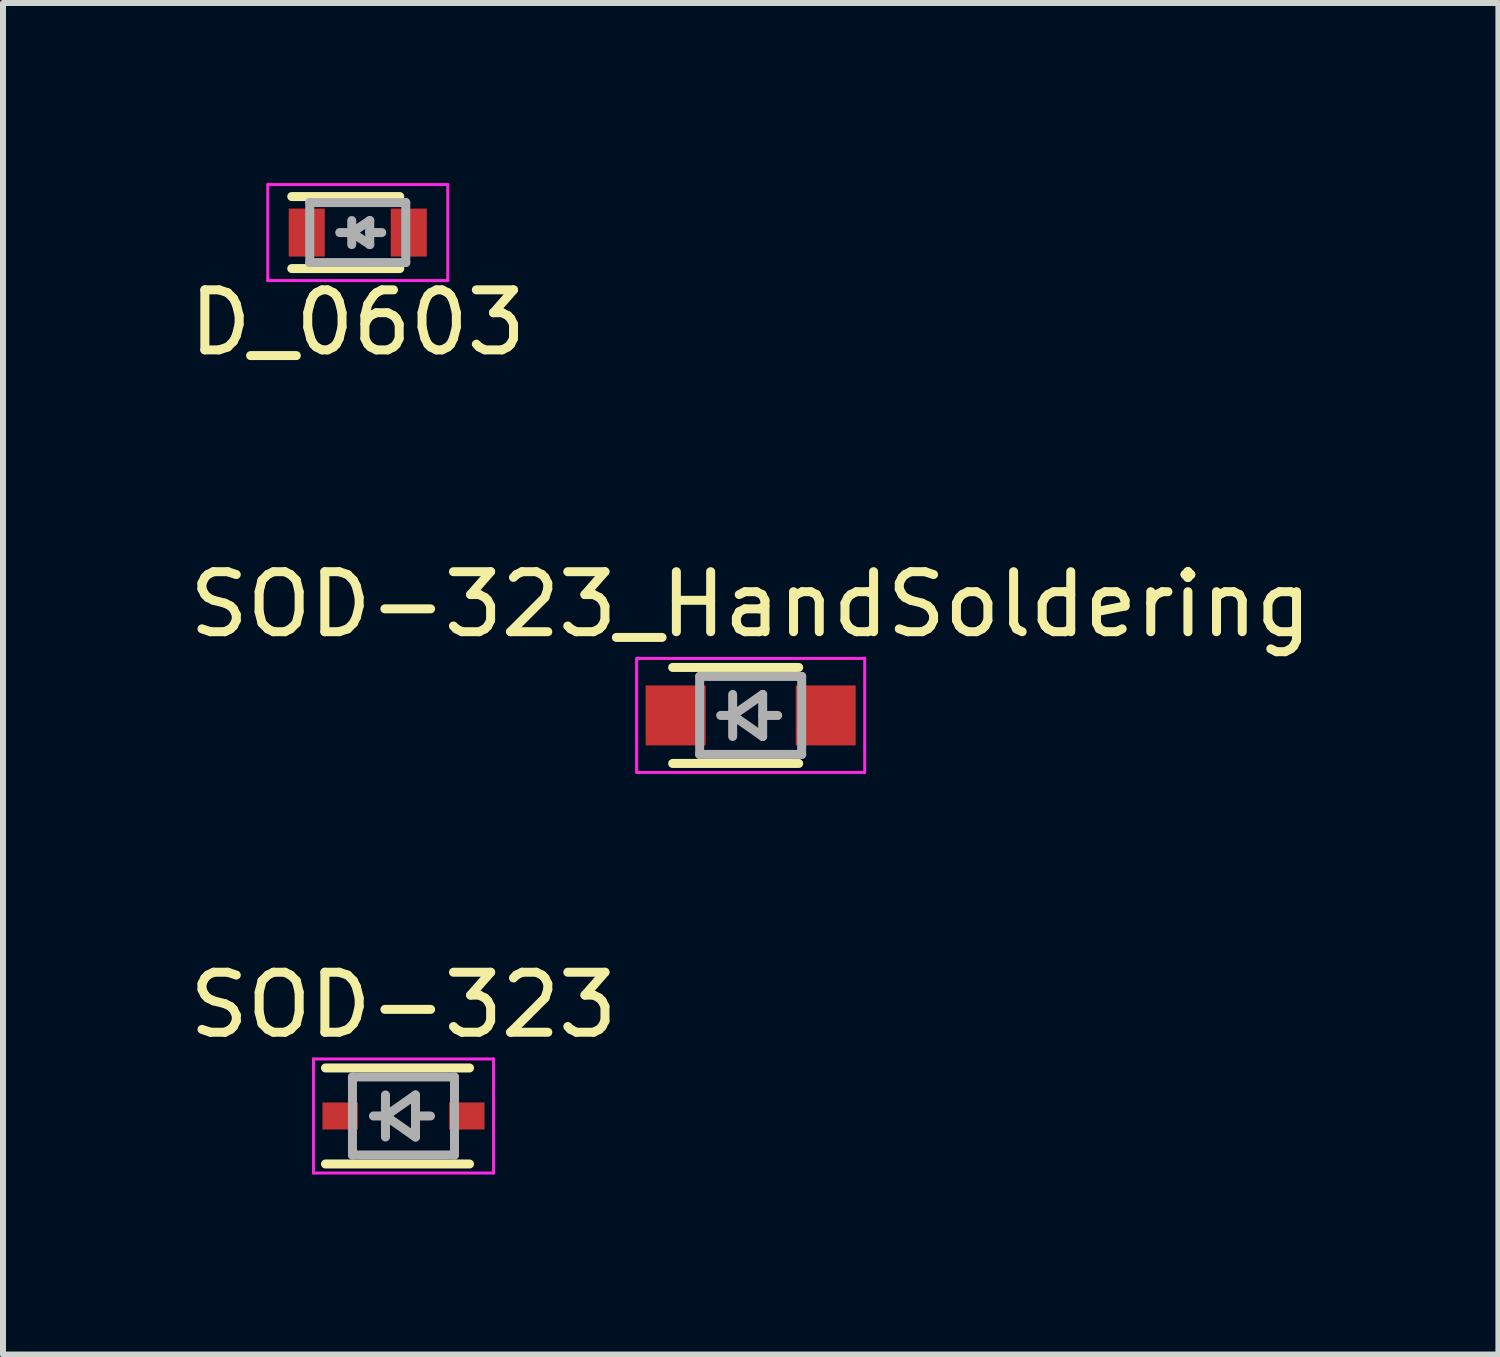
<source format=kicad_pcb>
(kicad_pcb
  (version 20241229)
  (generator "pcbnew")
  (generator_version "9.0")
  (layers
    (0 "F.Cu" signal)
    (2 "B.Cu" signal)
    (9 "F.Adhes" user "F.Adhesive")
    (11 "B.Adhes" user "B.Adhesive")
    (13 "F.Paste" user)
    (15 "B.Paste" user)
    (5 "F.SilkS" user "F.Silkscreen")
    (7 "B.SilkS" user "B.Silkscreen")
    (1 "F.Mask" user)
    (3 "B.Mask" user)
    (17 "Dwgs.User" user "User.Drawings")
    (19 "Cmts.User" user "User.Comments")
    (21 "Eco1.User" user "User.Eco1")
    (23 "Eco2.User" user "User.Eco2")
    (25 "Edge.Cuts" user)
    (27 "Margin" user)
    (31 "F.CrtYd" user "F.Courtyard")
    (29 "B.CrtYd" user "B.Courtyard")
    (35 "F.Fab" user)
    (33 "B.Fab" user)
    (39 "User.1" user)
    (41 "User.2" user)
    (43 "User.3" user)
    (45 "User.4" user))
  (footprint "SOD-323_HandSoldering"
    (layer "F.Cu")
    (at 9.458 8.871)
    (property "Reference" "SOD-323_HandSoldering" (at 0 -1.85 0) (layer "F.SilkS") (effects (font (size 1 1) (thickness 0.15))))
    (attr smd)
    (fp_line (start -1.3 -0.8) (end 0.8 -0.8) (stroke (width 0.15) (type solid)) (layer "F.SilkS"))
    (fp_line (start -1.3 0.8) (end 0.8 0.8) (stroke (width 0.15) (type solid)) (layer "F.SilkS"))
    (fp_line (start -1.9 -0.95) (end -1.9 0.95) (stroke (width 0.05) (type solid)) (layer "F.CrtYd"))
    (fp_line (start -1.9 -0.95) (end 1.9 -0.95) (stroke (width 0.05) (type solid)) (layer "F.CrtYd"))
    (fp_line (start -1.9 0.95) (end 1.9 0.95) (stroke (width 0.05) (type solid)) (layer "F.CrtYd"))
    (fp_line (start 1.9 -0.95) (end 1.9 0.95) (stroke (width 0.05) (type solid)) (layer "F.CrtYd"))
    (fp_line (start -0.85 -0.65) (end 0.85 -0.65) (stroke (width 0.15) (type solid)) (layer "F.Fab"))
    (fp_line (start -0.85 0.65) (end -0.85 -0.65) (stroke (width 0.15) (type solid)) (layer "F.Fab"))
    (fp_line (start -0.3 -0.35) (end -0.3 0.35) (stroke (width 0.15) (type solid)) (layer "F.Fab"))
    (fp_line (start -0.3 0) (end -0.5 0) (stroke (width 0.15) (type solid)) (layer "F.Fab"))
    (fp_line (start -0.3 0) (end 0.2 -0.35) (stroke (width 0.15) (type solid)) (layer "F.Fab"))
    (fp_line (start 0.2 -0.35) (end 0.2 0.35) (stroke (width 0.15) (type solid)) (layer "F.Fab"))
    (fp_line (start 0.2 0) (end 0.45 0) (stroke (width 0.15) (type solid)) (layer "F.Fab"))
    (fp_line (start 0.2 0.35) (end -0.3 0) (stroke (width 0.15) (type solid)) (layer "F.Fab"))
    (fp_line (start 0.85 -0.65) (end 0.85 0.65) (stroke (width 0.15) (type solid)) (layer "F.Fab"))
    (fp_line (start 0.85 0.65) (end -0.85 0.65) (stroke (width 0.15) (type solid)) (layer "F.Fab"))
    (pad "1" smd rect (at -1.25 0) (size 1 1) (layers "F.Cu" "F.Mask" "F.Paste"))
    (pad "2" smd rect (at 1.25 0) (size 1 1) (layers "F.Cu" "F.Mask" "F.Paste")))
  (footprint "D_0603"
    (layer "F.Cu")
    (at 2.911 0.825)
    (property "Reference" "D_0603" (at 0 1.5 0) (layer "F.SilkS") (effects (font (size 1 1) (thickness 0.15))))
    (attr smd)
    (fp_line (start -1.1 -0.6) (end 0.7 -0.6) (stroke (width 0.15) (type solid)) (layer "F.SilkS"))
    (fp_line (start -1.1 0.6) (end 0.7 0.6) (stroke (width 0.15) (type solid)) (layer "F.SilkS"))
    (fp_line (start -1.5 -0.8) (end -1.5 0.8) (stroke (width 0.05) (type solid)) (layer "F.CrtYd"))
    (fp_line (start -1.5 0.8) (end 1.5 0.8) (stroke (width 0.05) (type solid)) (layer "F.CrtYd"))
    (fp_line (start 1.5 -0.8) (end -1.5 -0.8) (stroke (width 0.05) (type solid)) (layer "F.CrtYd"))
    (fp_line (start 1.5 0.8) (end 1.5 -0.8) (stroke (width 0.05) (type solid)) (layer "F.CrtYd"))
    (fp_line (start -0.8 -0.5) (end 0.8 -0.5) (stroke (width 0.15) (type solid)) (layer "F.Fab"))
    (fp_line (start -0.8 0.5) (end -0.8 -0.5) (stroke (width 0.15) (type solid)) (layer "F.Fab"))
    (fp_line (start -0.1 -0.2) (end -0.1 0.2) (stroke (width 0.15) (type solid)) (layer "F.Fab"))
    (fp_line (start -0.1 0) (end -0.3 0) (stroke (width 0.15) (type solid)) (layer "F.Fab"))
    (fp_line (start -0.1 0) (end 0.2 0.2) (stroke (width 0.15) (type solid)) (layer "F.Fab"))
    (fp_line (start 0.2 -0.2) (end -0.1 0) (stroke (width 0.15) (type solid)) (layer "F.Fab"))
    (fp_line (start 0.2 0) (end 0.4 0) (stroke (width 0.15) (type solid)) (layer "F.Fab"))
    (fp_line (start 0.2 0.2) (end 0.2 -0.2) (stroke (width 0.15) (type solid)) (layer "F.Fab"))
    (fp_line (start 0.8 -0.5) (end 0.8 0.5) (stroke (width 0.15) (type solid)) (layer "F.Fab"))
    (fp_line (start 0.8 0.5) (end -0.8 0.5) (stroke (width 0.15) (type solid)) (layer "F.Fab"))
    (pad "1" smd rect (at -0.85 0) (size 0.6 0.8) (layers "F.Cu" "F.Mask" "F.Paste"))
    (pad "2" smd rect (at 0.85 0) (size 0.6 0.8) (layers "F.Cu" "F.Mask" "F.Paste")))
  (footprint "SOD-323"
    (layer "F.Cu")
    (at 3.673 15.545)
    (property "Reference" "SOD-323" (at 0 -1.85 0) (layer "F.SilkS") (effects (font (size 1 1) (thickness 0.15))))
    (attr smd)
    (fp_line (start -1.3 -0.8) (end 1.1 -0.8) (stroke (width 0.15) (type solid)) (layer "F.SilkS"))
    (fp_line (start -1.3 0.8) (end 1.1 0.8) (stroke (width 0.15) (type solid)) (layer "F.SilkS"))
    (fp_line (start -1.5 -0.95) (end -1.5 0.95) (stroke (width 0.05) (type solid)) (layer "F.CrtYd"))
    (fp_line (start -1.5 -0.95) (end 1.5 -0.95) (stroke (width 0.05) (type solid)) (layer "F.CrtYd"))
    (fp_line (start -1.5 0.95) (end 1.5 0.95) (stroke (width 0.05) (type solid)) (layer "F.CrtYd"))
    (fp_line (start 1.5 -0.95) (end 1.5 0.95) (stroke (width 0.05) (type solid)) (layer "F.CrtYd"))
    (fp_line (start -0.85 -0.65) (end 0.85 -0.65) (stroke (width 0.15) (type solid)) (layer "F.Fab"))
    (fp_line (start -0.85 0.65) (end -0.85 -0.65) (stroke (width 0.15) (type solid)) (layer "F.Fab"))
    (fp_line (start -0.3 -0.35) (end -0.3 0.35) (stroke (width 0.15) (type solid)) (layer "F.Fab"))
    (fp_line (start -0.3 0) (end -0.5 0) (stroke (width 0.15) (type solid)) (layer "F.Fab"))
    (fp_line (start -0.3 0) (end 0.2 -0.35) (stroke (width 0.15) (type solid)) (layer "F.Fab"))
    (fp_line (start 0.2 -0.35) (end 0.2 0.35) (stroke (width 0.15) (type solid)) (layer "F.Fab"))
    (fp_line (start 0.2 0) (end 0.45 0) (stroke (width 0.15) (type solid)) (layer "F.Fab"))
    (fp_line (start 0.2 0.35) (end -0.3 0) (stroke (width 0.15) (type solid)) (layer "F.Fab"))
    (fp_line (start 0.85 -0.65) (end 0.85 0.65) (stroke (width 0.15) (type solid)) (layer "F.Fab"))
    (fp_line (start 0.85 0.65) (end -0.85 0.65) (stroke (width 0.15) (type solid)) (layer "F.Fab"))
    (pad "1" smd rect (at -1.055 0) (size 0.59 0.45) (layers "F.Cu" "F.Mask" "F.Paste"))
    (pad "2" smd rect (at 1.055 0) (size 0.59 0.45) (layers "F.Cu" "F.Mask" "F.Paste")))
  (gr_rect
    (start -3 -3)
    (end 21.917 19.52)
    (stroke (width 0.1) (type default))
    (fill no)
    (layer "Edge.Cuts")))
</source>
